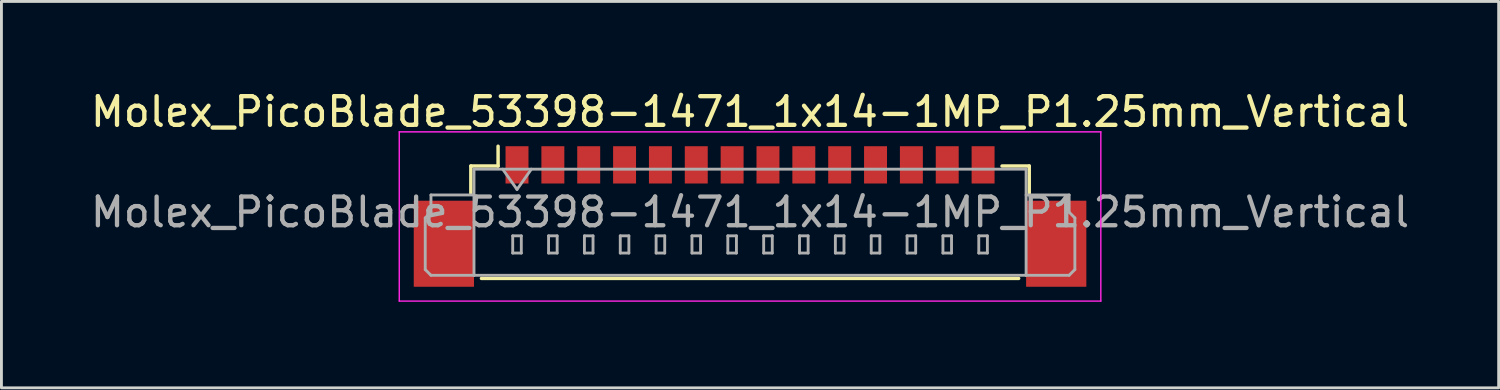
<source format=kicad_pcb>
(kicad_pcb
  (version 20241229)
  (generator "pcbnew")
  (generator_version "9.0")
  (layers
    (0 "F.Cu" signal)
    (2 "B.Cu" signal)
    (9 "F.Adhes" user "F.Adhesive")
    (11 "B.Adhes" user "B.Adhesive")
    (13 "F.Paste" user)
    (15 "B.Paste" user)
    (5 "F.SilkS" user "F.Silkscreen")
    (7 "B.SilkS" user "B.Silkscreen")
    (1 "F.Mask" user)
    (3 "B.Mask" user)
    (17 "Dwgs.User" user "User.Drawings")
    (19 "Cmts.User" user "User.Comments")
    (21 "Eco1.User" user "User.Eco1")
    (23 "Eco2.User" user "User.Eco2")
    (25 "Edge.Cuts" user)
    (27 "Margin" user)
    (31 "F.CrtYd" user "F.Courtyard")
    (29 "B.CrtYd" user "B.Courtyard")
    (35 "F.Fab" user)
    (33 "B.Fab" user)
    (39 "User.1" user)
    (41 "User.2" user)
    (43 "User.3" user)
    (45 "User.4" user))
  (footprint "Molex_PicoBlade_53398-1471_1x14-1MP_P1.25mm_Vertical"
    (layer "F.Cu")
    (at 23.101 3.948)
    (property "Reference" "Molex_PicoBlade_53398-1471_1x14-1MP_P1.25mm_Vertical" (at 0 -3.1 0) (layer "F.SilkS") (effects (font (size 1 1) (thickness 0.15))))
    (attr smd)
    (fp_line (start -9.735 -1.21) (end -8.785 -1.21) (stroke (width 0.12) (type solid)) (layer "F.SilkS"))
    (fp_line (start -9.735 -0.26) (end -9.735 -1.21) (stroke (width 0.12) (type solid)) (layer "F.SilkS"))
    (fp_line (start -9.365 2.71) (end 9.365 2.71) (stroke (width 0.12) (type solid)) (layer "F.SilkS"))
    (fp_line (start -8.785 -1.21) (end -8.785 -1.9) (stroke (width 0.12) (type solid)) (layer "F.SilkS"))
    (fp_line (start 9.735 -1.21) (end 8.785 -1.21) (stroke (width 0.12) (type solid)) (layer "F.SilkS"))
    (fp_line (start 9.735 -0.26) (end 9.735 -1.21) (stroke (width 0.12) (type solid)) (layer "F.SilkS"))
    (fp_line (start -12.23 -2.4) (end -12.23 3.5) (stroke (width 0.05) (type solid)) (layer "F.CrtYd"))
    (fp_line (start -12.23 3.5) (end 12.23 3.5) (stroke (width 0.05) (type solid)) (layer "F.CrtYd"))
    (fp_line (start 12.23 -2.4) (end -12.23 -2.4) (stroke (width 0.05) (type solid)) (layer "F.CrtYd"))
    (fp_line (start 12.23 3.5) (end 12.23 -2.4) (stroke (width 0.05) (type solid)) (layer "F.CrtYd"))
    (fp_line (start -11.325 0.6) (end -11.125 0.4) (stroke (width 0.1) (type solid)) (layer "F.Fab"))
    (fp_line (start -11.325 2.4) (end -11.325 0.6) (stroke (width 0.1) (type solid)) (layer "F.Fab"))
    (fp_line (start -11.125 -0.2) (end -9.625 -0.2) (stroke (width 0.1) (type solid)) (layer "F.Fab"))
    (fp_line (start -11.125 0.4) (end -11.125 -0.2) (stroke (width 0.1) (type solid)) (layer "F.Fab"))
    (fp_line (start -11.125 2.6) (end -11.325 2.4) (stroke (width 0.1) (type solid)) (layer "F.Fab"))
    (fp_line (start -9.625 -1.1) (end -9.625 2.6) (stroke (width 0.1) (type solid)) (layer "F.Fab"))
    (fp_line (start -9.625 -1.1) (end 9.625 -1.1) (stroke (width 0.1) (type solid)) (layer "F.Fab"))
    (fp_line (start -9.625 2.6) (end -11.125 2.6) (stroke (width 0.1) (type solid)) (layer "F.Fab"))
    (fp_line (start -9.625 2.6) (end 9.625 2.6) (stroke (width 0.1) (type solid)) (layer "F.Fab"))
    (fp_line (start -8.625 -1.1) (end -8.125 -0.393) (stroke (width 0.1) (type solid)) (layer "F.Fab"))
    (fp_line (start -8.275 1.225) (end -8.275 1.825) (stroke (width 0.1) (type solid)) (layer "F.Fab"))
    (fp_line (start -8.275 1.825) (end -7.975 1.825) (stroke (width 0.1) (type solid)) (layer "F.Fab"))
    (fp_line (start -8.125 -0.393) (end -7.625 -1.1) (stroke (width 0.1) (type solid)) (layer "F.Fab"))
    (fp_line (start -7.975 1.225) (end -8.275 1.225) (stroke (width 0.1) (type solid)) (layer "F.Fab"))
    (fp_line (start -7.975 1.825) (end -7.975 1.225) (stroke (width 0.1) (type solid)) (layer "F.Fab"))
    (fp_line (start -7.025 1.225) (end -7.025 1.825) (stroke (width 0.1) (type solid)) (layer "F.Fab"))
    (fp_line (start -7.025 1.825) (end -6.725 1.825) (stroke (width 0.1) (type solid)) (layer "F.Fab"))
    (fp_line (start -6.725 1.225) (end -7.025 1.225) (stroke (width 0.1) (type solid)) (layer "F.Fab"))
    (fp_line (start -6.725 1.825) (end -6.725 1.225) (stroke (width 0.1) (type solid)) (layer "F.Fab"))
    (fp_line (start -5.775 1.225) (end -5.775 1.825) (stroke (width 0.1) (type solid)) (layer "F.Fab"))
    (fp_line (start -5.775 1.825) (end -5.475 1.825) (stroke (width 0.1) (type solid)) (layer "F.Fab"))
    (fp_line (start -5.475 1.225) (end -5.775 1.225) (stroke (width 0.1) (type solid)) (layer "F.Fab"))
    (fp_line (start -5.475 1.825) (end -5.475 1.225) (stroke (width 0.1) (type solid)) (layer "F.Fab"))
    (fp_line (start -4.525 1.225) (end -4.525 1.825) (stroke (width 0.1) (type solid)) (layer "F.Fab"))
    (fp_line (start -4.525 1.825) (end -4.225 1.825) (stroke (width 0.1) (type solid)) (layer "F.Fab"))
    (fp_line (start -4.225 1.225) (end -4.525 1.225) (stroke (width 0.1) (type solid)) (layer "F.Fab"))
    (fp_line (start -4.225 1.825) (end -4.225 1.225) (stroke (width 0.1) (type solid)) (layer "F.Fab"))
    (fp_line (start -3.275 1.225) (end -3.275 1.825) (stroke (width 0.1) (type solid)) (layer "F.Fab"))
    (fp_line (start -3.275 1.825) (end -2.975 1.825) (stroke (width 0.1) (type solid)) (layer "F.Fab"))
    (fp_line (start -2.975 1.225) (end -3.275 1.225) (stroke (width 0.1) (type solid)) (layer "F.Fab"))
    (fp_line (start -2.975 1.825) (end -2.975 1.225) (stroke (width 0.1) (type solid)) (layer "F.Fab"))
    (fp_line (start -2.025 1.225) (end -2.025 1.825) (stroke (width 0.1) (type solid)) (layer "F.Fab"))
    (fp_line (start -2.025 1.825) (end -1.725 1.825) (stroke (width 0.1) (type solid)) (layer "F.Fab"))
    (fp_line (start -1.725 1.225) (end -2.025 1.225) (stroke (width 0.1) (type solid)) (layer "F.Fab"))
    (fp_line (start -1.725 1.825) (end -1.725 1.225) (stroke (width 0.1) (type solid)) (layer "F.Fab"))
    (fp_line (start -0.775 1.225) (end -0.775 1.825) (stroke (width 0.1) (type solid)) (layer "F.Fab"))
    (fp_line (start -0.775 1.825) (end -0.475 1.825) (stroke (width 0.1) (type solid)) (layer "F.Fab"))
    (fp_line (start -0.475 1.225) (end -0.775 1.225) (stroke (width 0.1) (type solid)) (layer "F.Fab"))
    (fp_line (start -0.475 1.825) (end -0.475 1.225) (stroke (width 0.1) (type solid)) (layer "F.Fab"))
    (fp_line (start 0.475 1.225) (end 0.475 1.825) (stroke (width 0.1) (type solid)) (layer "F.Fab"))
    (fp_line (start 0.475 1.825) (end 0.775 1.825) (stroke (width 0.1) (type solid)) (layer "F.Fab"))
    (fp_line (start 0.775 1.225) (end 0.475 1.225) (stroke (width 0.1) (type solid)) (layer "F.Fab"))
    (fp_line (start 0.775 1.825) (end 0.775 1.225) (stroke (width 0.1) (type solid)) (layer "F.Fab"))
    (fp_line (start 1.725 1.225) (end 1.725 1.825) (stroke (width 0.1) (type solid)) (layer "F.Fab"))
    (fp_line (start 1.725 1.825) (end 2.025 1.825) (stroke (width 0.1) (type solid)) (layer "F.Fab"))
    (fp_line (start 2.025 1.225) (end 1.725 1.225) (stroke (width 0.1) (type solid)) (layer "F.Fab"))
    (fp_line (start 2.025 1.825) (end 2.025 1.225) (stroke (width 0.1) (type solid)) (layer "F.Fab"))
    (fp_line (start 2.975 1.225) (end 2.975 1.825) (stroke (width 0.1) (type solid)) (layer "F.Fab"))
    (fp_line (start 2.975 1.825) (end 3.275 1.825) (stroke (width 0.1) (type solid)) (layer "F.Fab"))
    (fp_line (start 3.275 1.225) (end 2.975 1.225) (stroke (width 0.1) (type solid)) (layer "F.Fab"))
    (fp_line (start 3.275 1.825) (end 3.275 1.225) (stroke (width 0.1) (type solid)) (layer "F.Fab"))
    (fp_line (start 4.225 1.225) (end 4.225 1.825) (stroke (width 0.1) (type solid)) (layer "F.Fab"))
    (fp_line (start 4.225 1.825) (end 4.525 1.825) (stroke (width 0.1) (type solid)) (layer "F.Fab"))
    (fp_line (start 4.525 1.225) (end 4.225 1.225) (stroke (width 0.1) (type solid)) (layer "F.Fab"))
    (fp_line (start 4.525 1.825) (end 4.525 1.225) (stroke (width 0.1) (type solid)) (layer "F.Fab"))
    (fp_line (start 5.475 1.225) (end 5.475 1.825) (stroke (width 0.1) (type solid)) (layer "F.Fab"))
    (fp_line (start 5.475 1.825) (end 5.775 1.825) (stroke (width 0.1) (type solid)) (layer "F.Fab"))
    (fp_line (start 5.775 1.225) (end 5.475 1.225) (stroke (width 0.1) (type solid)) (layer "F.Fab"))
    (fp_line (start 5.775 1.825) (end 5.775 1.225) (stroke (width 0.1) (type solid)) (layer "F.Fab"))
    (fp_line (start 6.725 1.225) (end 6.725 1.825) (stroke (width 0.1) (type solid)) (layer "F.Fab"))
    (fp_line (start 6.725 1.825) (end 7.025 1.825) (stroke (width 0.1) (type solid)) (layer "F.Fab"))
    (fp_line (start 7.025 1.225) (end 6.725 1.225) (stroke (width 0.1) (type solid)) (layer "F.Fab"))
    (fp_line (start 7.025 1.825) (end 7.025 1.225) (stroke (width 0.1) (type solid)) (layer "F.Fab"))
    (fp_line (start 7.975 1.225) (end 7.975 1.825) (stroke (width 0.1) (type solid)) (layer "F.Fab"))
    (fp_line (start 7.975 1.825) (end 8.275 1.825) (stroke (width 0.1) (type solid)) (layer "F.Fab"))
    (fp_line (start 8.275 1.225) (end 7.975 1.225) (stroke (width 0.1) (type solid)) (layer "F.Fab"))
    (fp_line (start 8.275 1.825) (end 8.275 1.225) (stroke (width 0.1) (type solid)) (layer "F.Fab"))
    (fp_line (start 9.625 -1.1) (end 9.625 2.6) (stroke (width 0.1) (type solid)) (layer "F.Fab"))
    (fp_line (start 9.625 2.6) (end 11.125 2.6) (stroke (width 0.1) (type solid)) (layer "F.Fab"))
    (fp_line (start 11.125 -0.2) (end 9.625 -0.2) (stroke (width 0.1) (type solid)) (layer "F.Fab"))
    (fp_line (start 11.125 0.4) (end 11.125 -0.2) (stroke (width 0.1) (type solid)) (layer "F.Fab"))
    (fp_line (start 11.125 2.6) (end 11.325 2.4) (stroke (width 0.1) (type solid)) (layer "F.Fab"))
    (fp_line (start 11.325 0.6) (end 11.125 0.4) (stroke (width 0.1) (type solid)) (layer "F.Fab"))
    (fp_line (start 11.325 2.4) (end 11.325 0.6) (stroke (width 0.1) (type solid)) (layer "F.Fab"))
    (fp_text user "${REFERENCE}" (at 0 0.4 0) (layer "F.Fab") (effects (font (size 1 1) (thickness 0.15))))
    (pad "1" smd rect (at -8.125 -1.25) (size 0.8 1.3) (layers "F.Cu" "F.Mask" "F.Paste"))
    (pad "2" smd rect (at -6.875 -1.25) (size 0.8 1.3) (layers "F.Cu" "F.Mask" "F.Paste"))
    (pad "3" smd rect (at -5.625 -1.25) (size 0.8 1.3) (layers "F.Cu" "F.Mask" "F.Paste"))
    (pad "4" smd rect (at -4.375 -1.25) (size 0.8 1.3) (layers "F.Cu" "F.Mask" "F.Paste"))
    (pad "5" smd rect (at -3.125 -1.25) (size 0.8 1.3) (layers "F.Cu" "F.Mask" "F.Paste"))
    (pad "6" smd rect (at -1.875 -1.25) (size 0.8 1.3) (layers "F.Cu" "F.Mask" "F.Paste"))
    (pad "7" smd rect (at -0.625 -1.25) (size 0.8 1.3) (layers "F.Cu" "F.Mask" "F.Paste"))
    (pad "8" smd rect (at 0.625 -1.25) (size 0.8 1.3) (layers "F.Cu" "F.Mask" "F.Paste"))
    (pad "9" smd rect (at 1.875 -1.25) (size 0.8 1.3) (layers "F.Cu" "F.Mask" "F.Paste"))
    (pad "10" smd rect (at 3.125 -1.25) (size 0.8 1.3) (layers "F.Cu" "F.Mask" "F.Paste"))
    (pad "11" smd rect (at 4.375 -1.25) (size 0.8 1.3) (layers "F.Cu" "F.Mask" "F.Paste"))
    (pad "12" smd rect (at 5.625 -1.25) (size 0.8 1.3) (layers "F.Cu" "F.Mask" "F.Paste"))
    (pad "13" smd rect (at 6.875 -1.25) (size 0.8 1.3) (layers "F.Cu" "F.Mask" "F.Paste"))
    (pad "14" smd rect (at 8.125 -1.25) (size 0.8 1.3) (layers "F.Cu" "F.Mask" "F.Paste"))
    (pad "MP" smd rect (at -10.675 1.5) (size 2.1 3) (layers "F.Cu" "F.Mask" "F.Paste"))
    (pad "MP" smd rect (at 10.675 1.5) (size 2.1 3) (layers "F.Cu" "F.Mask" "F.Paste")))
  (gr_rect
    (start -3 -3)
    (end 49.202 10.473)
    (stroke (width 0.1) (type default))
    (fill no)
    (layer "Edge.Cuts")))
</source>
